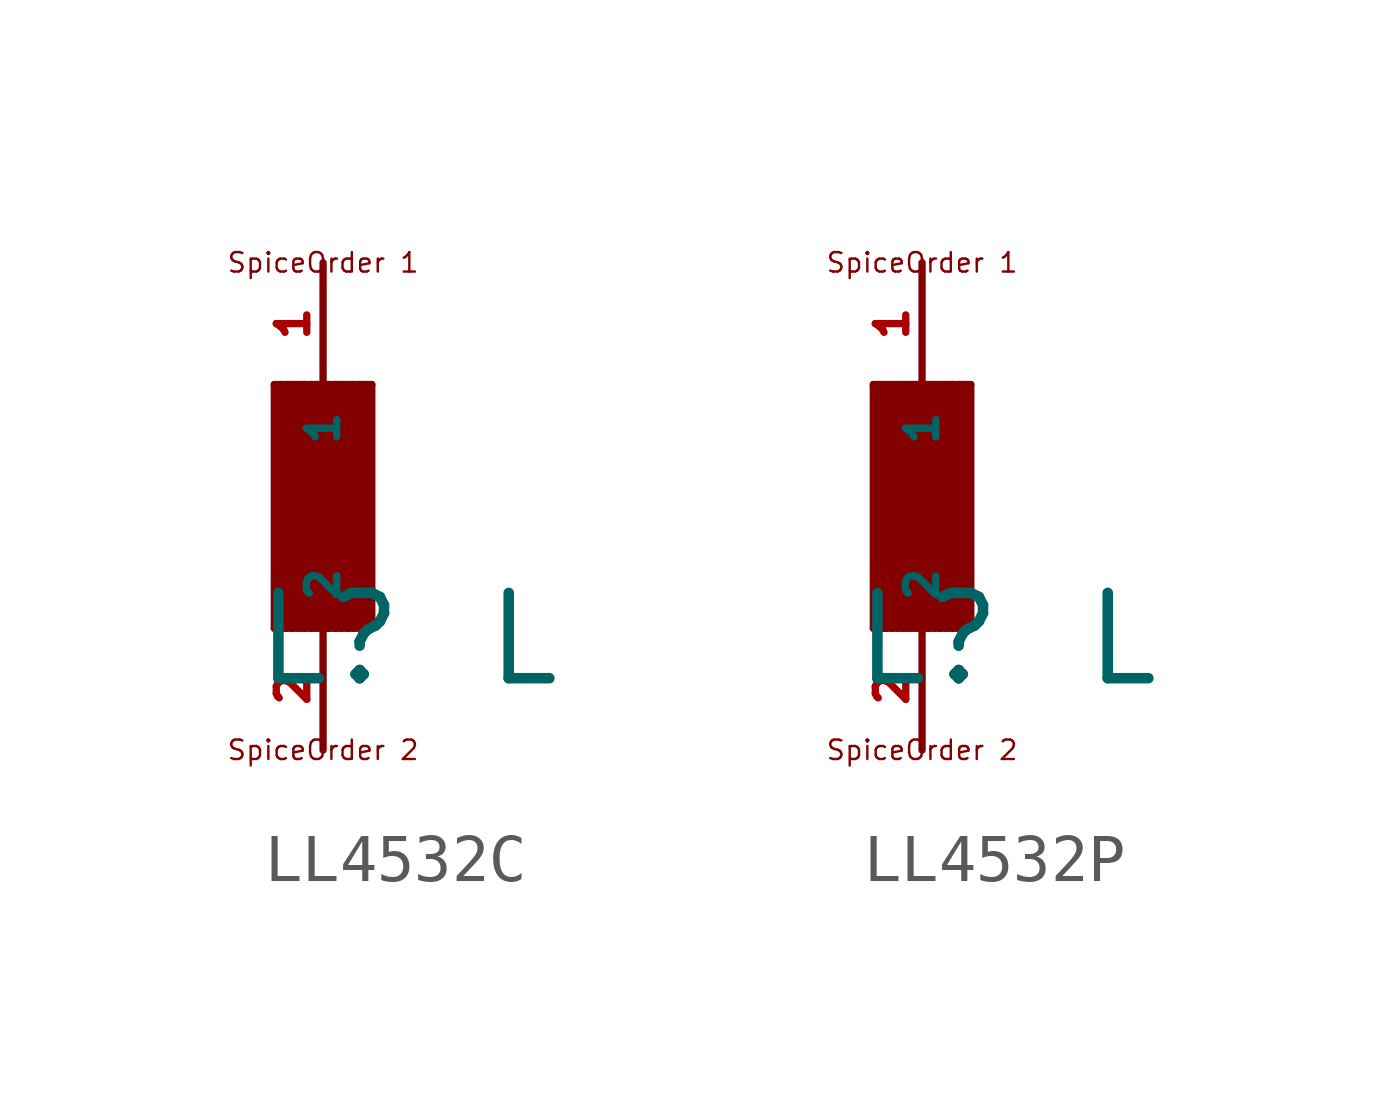
<source format=kicad_sym>
(kicad_symbol_lib
  (version 20220914)
  (generator Eagle2Kicad)
  (symbol "LL4532C"
    (property "Reference" "L"
      (at -1.499 -3.81 0)
      (effects (font (size 1.778 1.778) (thickness 0.22)) (justify left bottom)))
    (property "Value" "L"
      (at 3.302 -3.81 0)
      (effects (font (size 1.778 1.778) (thickness 0.22)) (justify left bottom)))
    (polyline
      (pts (xy -1.016 2.54) (xy -0.889 2.54))
      (stroke (width 0.152) (type default))
      (fill (type none)))
    (polyline
      (pts (xy -0.889 2.54) (xy -0.762 2.54))
      (stroke (width 0.152) (type default))
      (fill (type none)))
    (polyline
      (pts (xy -0.762 2.54) (xy -0.635 2.54))
      (stroke (width 0.152) (type default))
      (fill (type none)))
    (polyline
      (pts (xy -0.635 2.54) (xy -0.508 2.54))
      (stroke (width 0.152) (type default))
      (fill (type none)))
    (polyline
      (pts (xy -0.508 2.54) (xy -0.381 2.54))
      (stroke (width 0.152) (type default))
      (fill (type none)))
    (polyline
      (pts (xy -0.381 2.54) (xy -0.254 2.54))
      (stroke (width 0.152) (type default))
      (fill (type none)))
    (polyline
      (pts (xy -0.254 2.54) (xy -0.127 2.54))
      (stroke (width 0.152) (type default))
      (fill (type none)))
    (polyline
      (pts (xy -0.127 2.54) (xy 0 2.54))
      (stroke (width 0.152) (type default))
      (fill (type none)))
    (polyline
      (pts (xy 0 2.54) (xy 0.127 2.54))
      (stroke (width 0.152) (type default))
      (fill (type none)))
    (polyline
      (pts (xy 0.127 2.54) (xy 0.254 2.54))
      (stroke (width 0.152) (type default))
      (fill (type none)))
    (polyline
      (pts (xy 0.254 2.54) (xy 0.381 2.54))
      (stroke (width 0.152) (type default))
      (fill (type none)))
    (polyline
      (pts (xy 0.381 2.54) (xy 0.508 2.54))
      (stroke (width 0.152) (type default))
      (fill (type none)))
    (polyline
      (pts (xy 0.508 2.54) (xy 0.635 2.54))
      (stroke (width 0.152) (type default))
      (fill (type none)))
    (polyline
      (pts (xy 0.635 2.54) (xy 0.762 2.54))
      (stroke (width 0.152) (type default))
      (fill (type none)))
    (polyline
      (pts (xy 0.762 2.54) (xy 0.889 2.54))
      (stroke (width 0.152) (type default))
      (fill (type none)))
    (polyline
      (pts (xy 0.889 2.54) (xy 1.016 2.54))
      (stroke (width 0.152) (type default))
      (fill (type none)))
    (polyline
      (pts (xy 1.016 2.54) (xy 1.016 -2.54))
      (stroke (width 0.152) (type default))
      (fill (type none)))
    (polyline
      (pts (xy 1.016 -2.54) (xy 0.889 -2.54))
      (stroke (width 0.152) (type default))
      (fill (type none)))
    (polyline
      (pts (xy 0.889 -2.54) (xy 0.762 -2.54))
      (stroke (width 0.152) (type default))
      (fill (type none)))
    (polyline
      (pts (xy 0.762 -2.54) (xy 0.635 -2.54))
      (stroke (width 0.152) (type default))
      (fill (type none)))
    (polyline
      (pts (xy 0.635 -2.54) (xy 0.508 -2.54))
      (stroke (width 0.152) (type default))
      (fill (type none)))
    (polyline
      (pts (xy 0.508 -2.54) (xy 0.381 -2.54))
      (stroke (width 0.152) (type default))
      (fill (type none)))
    (polyline
      (pts (xy 0.381 -2.54) (xy 0.254 -2.54))
      (stroke (width 0.152) (type default))
      (fill (type none)))
    (polyline
      (pts (xy 0.254 -2.54) (xy 0.127 -2.54))
      (stroke (width 0.152) (type default))
      (fill (type none)))
    (polyline
      (pts (xy 0.127 -2.54) (xy 0 -2.54))
      (stroke (width 0.152) (type default))
      (fill (type none)))
    (polyline
      (pts (xy 0 -2.54) (xy -0.127 -2.54))
      (stroke (width 0.152) (type default))
      (fill (type none)))
    (polyline
      (pts (xy -0.127 -2.54) (xy -0.254 -2.54))
      (stroke (width 0.152) (type default))
      (fill (type none)))
    (polyline
      (pts (xy -0.254 -2.54) (xy -0.381 -2.54))
      (stroke (width 0.152) (type default))
      (fill (type none)))
    (polyline
      (pts (xy -0.381 -2.54) (xy -0.508 -2.54))
      (stroke (width 0.152) (type default))
      (fill (type none)))
    (polyline
      (pts (xy -0.508 -2.54) (xy -0.635 -2.54))
      (stroke (width 0.152) (type default))
      (fill (type none)))
    (polyline
      (pts (xy -0.635 -2.54) (xy -0.762 -2.54))
      (stroke (width 0.152) (type default))
      (fill (type none)))
    (polyline
      (pts (xy -0.762 -2.54) (xy -0.889 -2.54))
      (stroke (width 0.152) (type default))
      (fill (type none)))
    (polyline
      (pts (xy -0.889 -2.54) (xy -1.016 -2.54))
      (stroke (width 0.152) (type default))
      (fill (type none)))
    (polyline
      (pts (xy 0.889 2.54) (xy 0.889 -2.54))
      (stroke (width 0.152) (type default))
      (fill (type none)))
    (polyline
      (pts (xy 0.762 2.54) (xy 0.762 -2.54))
      (stroke (width 0.152) (type default))
      (fill (type none)))
    (polyline
      (pts (xy 0.635 2.54) (xy 0.635 -2.54))
      (stroke (width 0.152) (type default))
      (fill (type none)))
    (polyline
      (pts (xy 0.508 2.54) (xy 0.508 -2.54))
      (stroke (width 0.152) (type default))
      (fill (type none)))
    (polyline
      (pts (xy 0.381 2.54) (xy 0.381 -2.54))
      (stroke (width 0.152) (type default))
      (fill (type none)))
    (polyline
      (pts (xy 0.254 2.54) (xy 0.254 -2.54))
      (stroke (width 0.152) (type default))
      (fill (type none)))
    (polyline
      (pts (xy 0.127 2.54) (xy 0.127 -2.54))
      (stroke (width 0.152) (type default))
      (fill (type none)))
    (polyline
      (pts (xy 0 2.54) (xy 0 -2.54))
      (stroke (width 0.152) (type default))
      (fill (type none)))
    (polyline
      (pts (xy -0.127 2.54) (xy -0.127 -2.54))
      (stroke (width 0.152) (type default))
      (fill (type none)))
    (polyline
      (pts (xy -0.254 2.54) (xy -0.254 -2.54))
      (stroke (width 0.152) (type default))
      (fill (type none)))
    (polyline
      (pts (xy -0.381 2.54) (xy -0.381 -2.54))
      (stroke (width 0.152) (type default))
      (fill (type none)))
    (polyline
      (pts (xy -0.508 2.54) (xy -0.508 -2.54))
      (stroke (width 0.152) (type default))
      (fill (type none)))
    (polyline
      (pts (xy -0.635 2.54) (xy -0.635 -2.54))
      (stroke (width 0.152) (type default))
      (fill (type none)))
    (polyline
      (pts (xy -0.762 2.54) (xy -0.762 -2.54))
      (stroke (width 0.152) (type default))
      (fill (type none)))
    (polyline
      (pts (xy -0.889 2.54) (xy -0.889 -2.54))
      (stroke (width 0.152) (type default))
      (fill (type none)))
    (polyline
      (pts (xy -1.016 2.54) (xy -1.016 -2.54))
      (stroke (width 0.152) (type default))
      (fill (type none)))
    (text "SpiceOrder 1"
      (at 0 5.08 0)
      (effects (font (size 0.406 0.406) (thickness 0.05))))
    (text "SpiceOrder 2"
      (at 0 -5.08 0)
      (effects (font (size 0.406 0.406) (thickness 0.05))))
    (pin passive line
      (at 0 5.08 270)
      (length 2.54)
      (name "1" (effects (font (size 0.635 0.635) (thickness 0.08)) (justify left bottom)))
      (number "1" (effects (font (size 0.635 0.635) (thickness 0.08)) (justify left bottom))))
    (pin passive line
      (at 0 -5.08 90)
      (length 2.54)
      (name "2" (effects (font (size 0.635 0.635) (thickness 0.08)) (justify left bottom)))
      (number "2" (effects (font (size 0.635 0.635) (thickness 0.08)) (justify left bottom)))))
  (symbol "LL4532P"
    (property "Reference" "L"
      (at -1.499 -3.81 0)
      (effects (font (size 1.778 1.778) (thickness 0.22)) (justify left bottom)))
    (property "Value" "L"
      (at 3.302 -3.81 0)
      (effects (font (size 1.778 1.778) (thickness 0.22)) (justify left bottom)))
    (polyline
      (pts (xy -1.016 2.54) (xy -0.889 2.54))
      (stroke (width 0.152) (type default))
      (fill (type none)))
    (polyline
      (pts (xy -0.889 2.54) (xy -0.762 2.54))
      (stroke (width 0.152) (type default))
      (fill (type none)))
    (polyline
      (pts (xy -0.762 2.54) (xy -0.635 2.54))
      (stroke (width 0.152) (type default))
      (fill (type none)))
    (polyline
      (pts (xy -0.635 2.54) (xy -0.508 2.54))
      (stroke (width 0.152) (type default))
      (fill (type none)))
    (polyline
      (pts (xy -0.508 2.54) (xy -0.381 2.54))
      (stroke (width 0.152) (type default))
      (fill (type none)))
    (polyline
      (pts (xy -0.381 2.54) (xy -0.254 2.54))
      (stroke (width 0.152) (type default))
      (fill (type none)))
    (polyline
      (pts (xy -0.254 2.54) (xy -0.127 2.54))
      (stroke (width 0.152) (type default))
      (fill (type none)))
    (polyline
      (pts (xy -0.127 2.54) (xy 0 2.54))
      (stroke (width 0.152) (type default))
      (fill (type none)))
    (polyline
      (pts (xy 0 2.54) (xy 0.127 2.54))
      (stroke (width 0.152) (type default))
      (fill (type none)))
    (polyline
      (pts (xy 0.127 2.54) (xy 0.254 2.54))
      (stroke (width 0.152) (type default))
      (fill (type none)))
    (polyline
      (pts (xy 0.254 2.54) (xy 0.381 2.54))
      (stroke (width 0.152) (type default))
      (fill (type none)))
    (polyline
      (pts (xy 0.381 2.54) (xy 0.508 2.54))
      (stroke (width 0.152) (type default))
      (fill (type none)))
    (polyline
      (pts (xy 0.508 2.54) (xy 0.635 2.54))
      (stroke (width 0.152) (type default))
      (fill (type none)))
    (polyline
      (pts (xy 0.635 2.54) (xy 0.762 2.54))
      (stroke (width 0.152) (type default))
      (fill (type none)))
    (polyline
      (pts (xy 0.762 2.54) (xy 0.889 2.54))
      (stroke (width 0.152) (type default))
      (fill (type none)))
    (polyline
      (pts (xy 0.889 2.54) (xy 1.016 2.54))
      (stroke (width 0.152) (type default))
      (fill (type none)))
    (polyline
      (pts (xy 1.016 2.54) (xy 1.016 -2.54))
      (stroke (width 0.152) (type default))
      (fill (type none)))
    (polyline
      (pts (xy 1.016 -2.54) (xy 0.889 -2.54))
      (stroke (width 0.152) (type default))
      (fill (type none)))
    (polyline
      (pts (xy 0.889 -2.54) (xy 0.762 -2.54))
      (stroke (width 0.152) (type default))
      (fill (type none)))
    (polyline
      (pts (xy 0.762 -2.54) (xy 0.635 -2.54))
      (stroke (width 0.152) (type default))
      (fill (type none)))
    (polyline
      (pts (xy 0.635 -2.54) (xy 0.508 -2.54))
      (stroke (width 0.152) (type default))
      (fill (type none)))
    (polyline
      (pts (xy 0.508 -2.54) (xy 0.381 -2.54))
      (stroke (width 0.152) (type default))
      (fill (type none)))
    (polyline
      (pts (xy 0.381 -2.54) (xy 0.254 -2.54))
      (stroke (width 0.152) (type default))
      (fill (type none)))
    (polyline
      (pts (xy 0.254 -2.54) (xy 0.127 -2.54))
      (stroke (width 0.152) (type default))
      (fill (type none)))
    (polyline
      (pts (xy 0.127 -2.54) (xy 0 -2.54))
      (stroke (width 0.152) (type default))
      (fill (type none)))
    (polyline
      (pts (xy 0 -2.54) (xy -0.127 -2.54))
      (stroke (width 0.152) (type default))
      (fill (type none)))
    (polyline
      (pts (xy -0.127 -2.54) (xy -0.254 -2.54))
      (stroke (width 0.152) (type default))
      (fill (type none)))
    (polyline
      (pts (xy -0.254 -2.54) (xy -0.381 -2.54))
      (stroke (width 0.152) (type default))
      (fill (type none)))
    (polyline
      (pts (xy -0.381 -2.54) (xy -0.508 -2.54))
      (stroke (width 0.152) (type default))
      (fill (type none)))
    (polyline
      (pts (xy -0.508 -2.54) (xy -0.635 -2.54))
      (stroke (width 0.152) (type default))
      (fill (type none)))
    (polyline
      (pts (xy -0.635 -2.54) (xy -0.762 -2.54))
      (stroke (width 0.152) (type default))
      (fill (type none)))
    (polyline
      (pts (xy -0.762 -2.54) (xy -0.889 -2.54))
      (stroke (width 0.152) (type default))
      (fill (type none)))
    (polyline
      (pts (xy -0.889 -2.54) (xy -1.016 -2.54))
      (stroke (width 0.152) (type default))
      (fill (type none)))
    (polyline
      (pts (xy 0.889 2.54) (xy 0.889 -2.54))
      (stroke (width 0.152) (type default))
      (fill (type none)))
    (polyline
      (pts (xy 0.762 2.54) (xy 0.762 -2.54))
      (stroke (width 0.152) (type default))
      (fill (type none)))
    (polyline
      (pts (xy 0.635 2.54) (xy 0.635 -2.54))
      (stroke (width 0.152) (type default))
      (fill (type none)))
    (polyline
      (pts (xy 0.508 2.54) (xy 0.508 -2.54))
      (stroke (width 0.152) (type default))
      (fill (type none)))
    (polyline
      (pts (xy 0.381 2.54) (xy 0.381 -2.54))
      (stroke (width 0.152) (type default))
      (fill (type none)))
    (polyline
      (pts (xy 0.254 2.54) (xy 0.254 -2.54))
      (stroke (width 0.152) (type default))
      (fill (type none)))
    (polyline
      (pts (xy 0.127 2.54) (xy 0.127 -2.54))
      (stroke (width 0.152) (type default))
      (fill (type none)))
    (polyline
      (pts (xy 0 2.54) (xy 0 -2.54))
      (stroke (width 0.152) (type default))
      (fill (type none)))
    (polyline
      (pts (xy -0.127 2.54) (xy -0.127 -2.54))
      (stroke (width 0.152) (type default))
      (fill (type none)))
    (polyline
      (pts (xy -0.254 2.54) (xy -0.254 -2.54))
      (stroke (width 0.152) (type default))
      (fill (type none)))
    (polyline
      (pts (xy -0.381 2.54) (xy -0.381 -2.54))
      (stroke (width 0.152) (type default))
      (fill (type none)))
    (polyline
      (pts (xy -0.508 2.54) (xy -0.508 -2.54))
      (stroke (width 0.152) (type default))
      (fill (type none)))
    (polyline
      (pts (xy -0.635 2.54) (xy -0.635 -2.54))
      (stroke (width 0.152) (type default))
      (fill (type none)))
    (polyline
      (pts (xy -0.762 2.54) (xy -0.762 -2.54))
      (stroke (width 0.152) (type default))
      (fill (type none)))
    (polyline
      (pts (xy -0.889 2.54) (xy -0.889 -2.54))
      (stroke (width 0.152) (type default))
      (fill (type none)))
    (polyline
      (pts (xy -1.016 2.54) (xy -1.016 -2.54))
      (stroke (width 0.152) (type default))
      (fill (type none)))
    (text "SpiceOrder 1"
      (at 0 5.08 0)
      (effects (font (size 0.406 0.406) (thickness 0.05))))
    (text "SpiceOrder 2"
      (at 0 -5.08 0)
      (effects (font (size 0.406 0.406) (thickness 0.05))))
    (pin passive line
      (at 0 5.08 270)
      (length 2.54)
      (name "1" (effects (font (size 0.635 0.635) (thickness 0.08)) (justify left bottom)))
      (number "1" (effects (font (size 0.635 0.635) (thickness 0.08)) (justify left bottom))))
    (pin passive line
      (at 0 -5.08 90)
      (length 2.54)
      (name "2" (effects (font (size 0.635 0.635) (thickness 0.08)) (justify left bottom)))
      (number "2" (effects (font (size 0.635 0.635) (thickness 0.08)) (justify left bottom))))))
</source>
